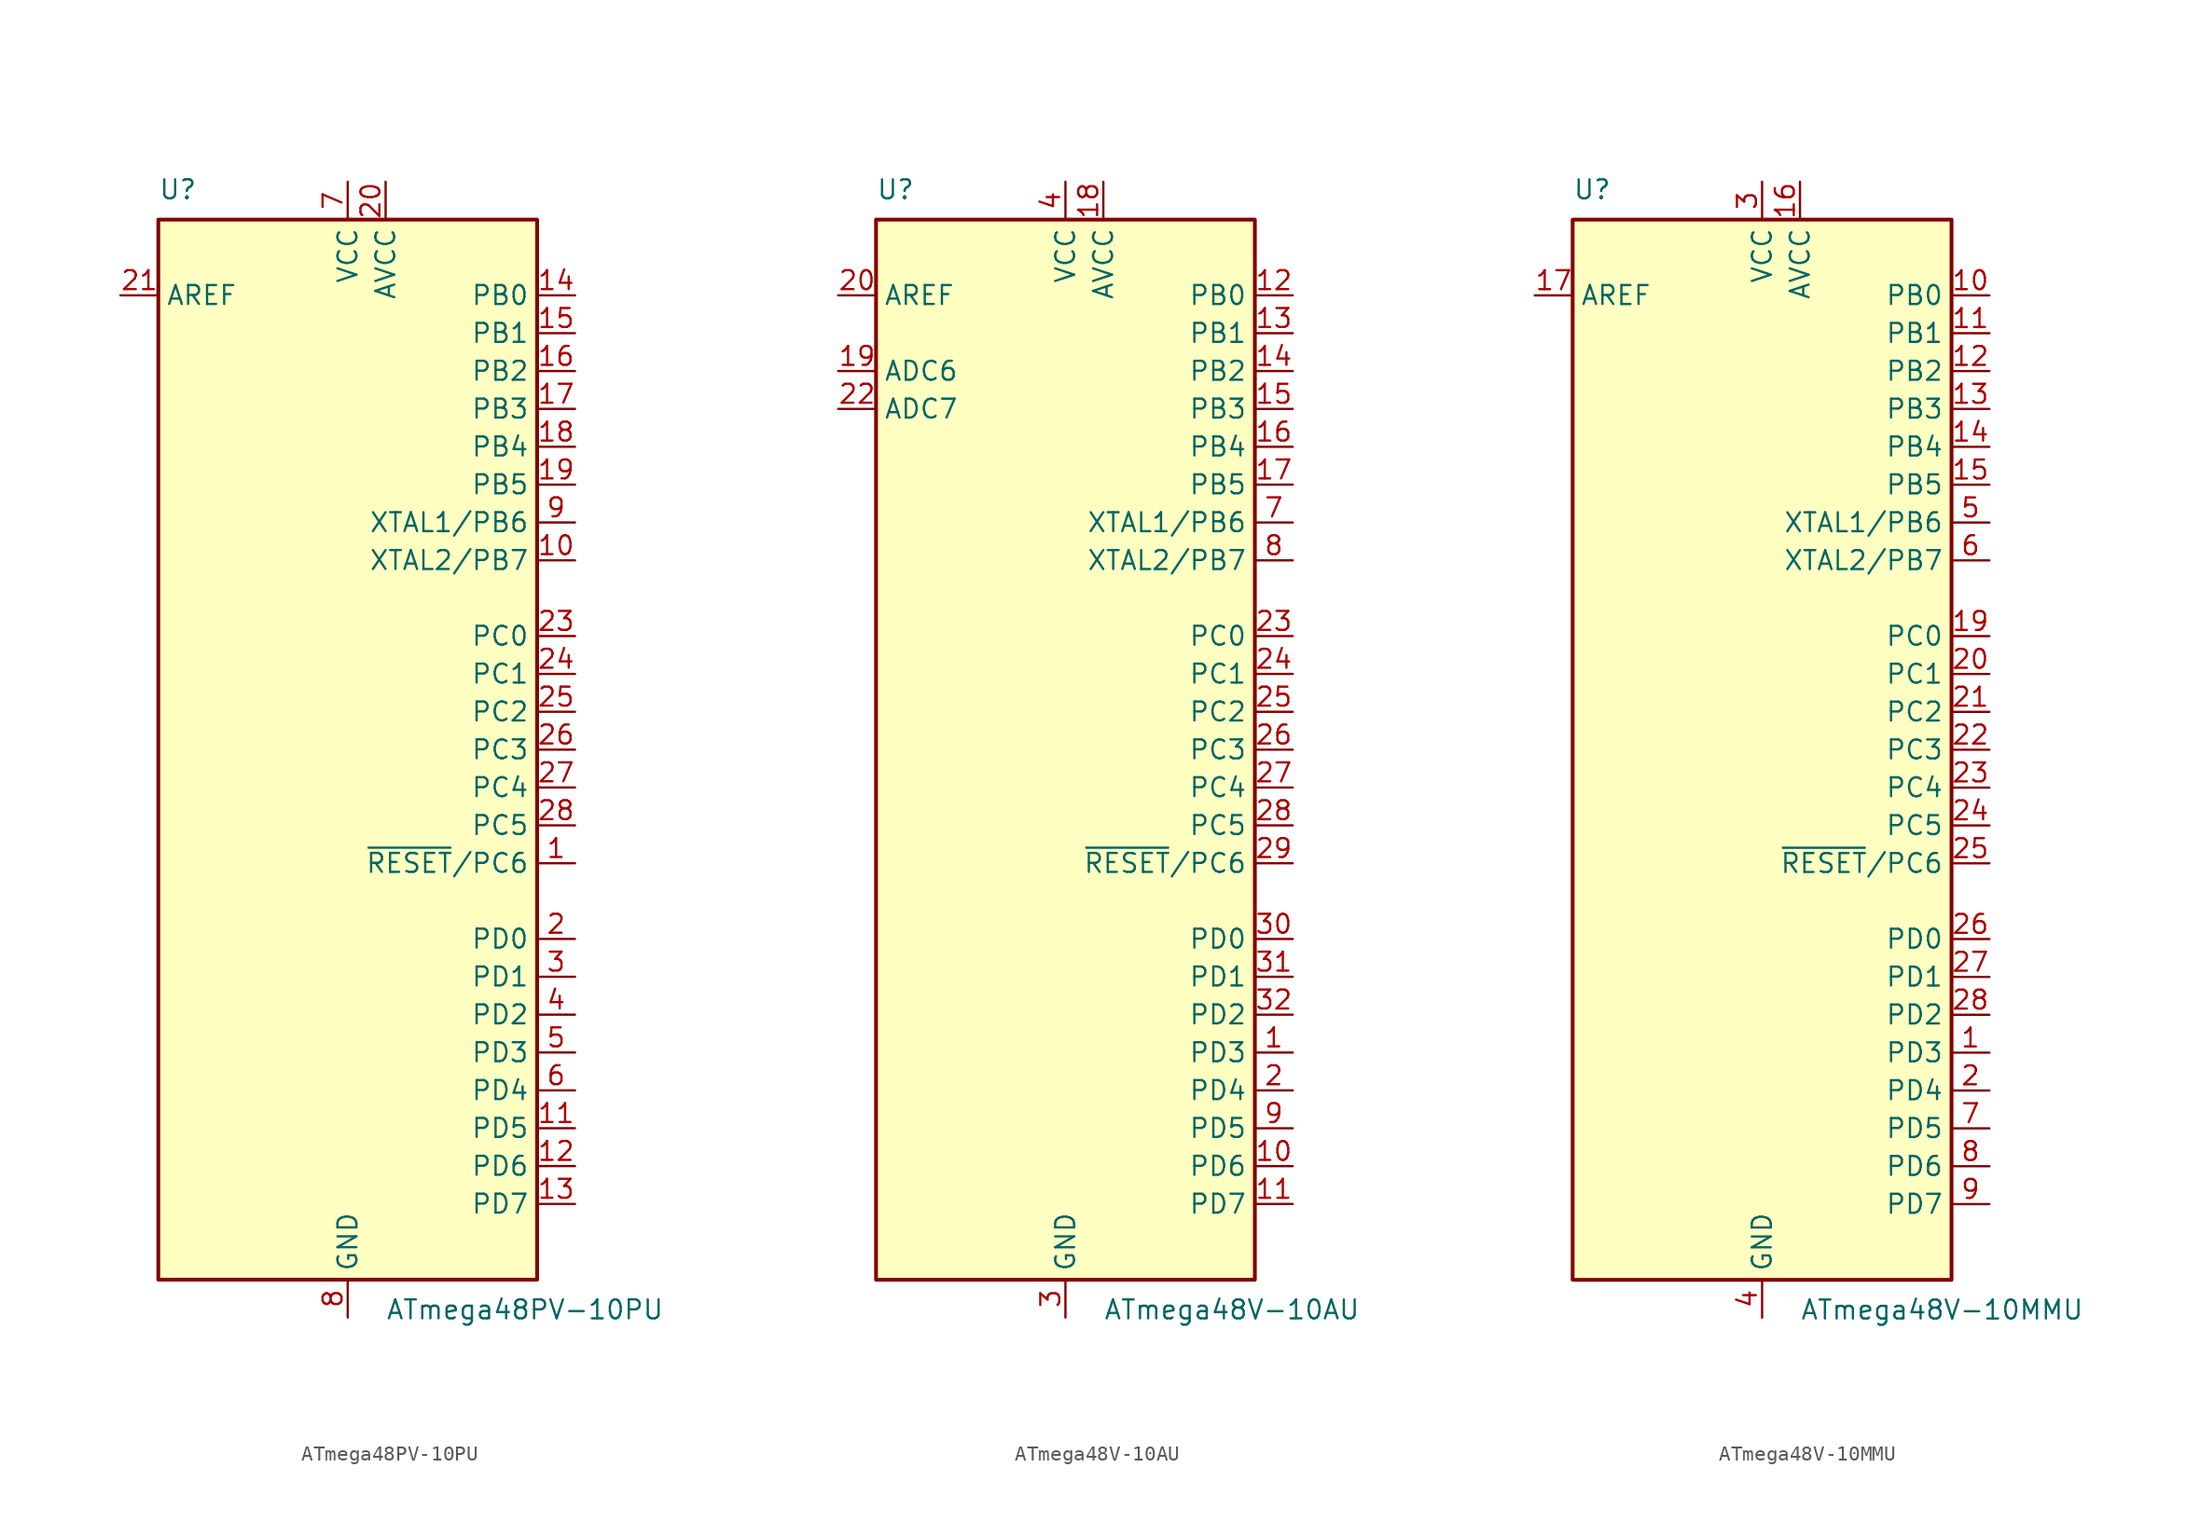
<source format=kicad_sym>
(kicad_symbol_lib
  (version 20211014)
  (generator kicad_symbol_editor)
  (symbol "ATmega48PV-10PU"
    (property "Reference" "U"
      (at -12.7 36.83 0)
      (effects (font (size 1.27 1.27)) (justify left bottom)))
    (property "Value" "ATmega48PV-10PU"
      (at 2.54 -36.83 0)
      (effects (font (size 1.27 1.27)) (justify left top)))
    (symbol "ATmega48PV-10PU_0_1"
      (rectangle (start -12.7 -35.56) (end 12.7 35.56) (stroke (width 0.254) (type default) (color 0 0 0 0)) (fill (type background))))
    (symbol "ATmega48PV-10PU_1_1"
      (pin bidirectional line (at 15.24 -7.62 180) (length 2.54) (name "~{RESET}/PC6" (effects (font (size 1.27 1.27)))) (number "1" (effects (font (size 1.27 1.27)))))
      (pin bidirectional line (at 15.24 12.7 180) (length 2.54) (name "XTAL2/PB7" (effects (font (size 1.27 1.27)))) (number "10" (effects (font (size 1.27 1.27)))))
      (pin bidirectional line (at 15.24 -25.4 180) (length 2.54) (name "PD5" (effects (font (size 1.27 1.27)))) (number "11" (effects (font (size 1.27 1.27)))))
      (pin bidirectional line (at 15.24 -27.94 180) (length 2.54) (name "PD6" (effects (font (size 1.27 1.27)))) (number "12" (effects (font (size 1.27 1.27)))))
      (pin bidirectional line (at 15.24 -30.48 180) (length 2.54) (name "PD7" (effects (font (size 1.27 1.27)))) (number "13" (effects (font (size 1.27 1.27)))))
      (pin bidirectional line (at 15.24 30.48 180) (length 2.54) (name "PB0" (effects (font (size 1.27 1.27)))) (number "14" (effects (font (size 1.27 1.27)))))
      (pin bidirectional line (at 15.24 27.94 180) (length 2.54) (name "PB1" (effects (font (size 1.27 1.27)))) (number "15" (effects (font (size 1.27 1.27)))))
      (pin bidirectional line (at 15.24 25.4 180) (length 2.54) (name "PB2" (effects (font (size 1.27 1.27)))) (number "16" (effects (font (size 1.27 1.27)))))
      (pin bidirectional line (at 15.24 22.86 180) (length 2.54) (name "PB3" (effects (font (size 1.27 1.27)))) (number "17" (effects (font (size 1.27 1.27)))))
      (pin bidirectional line (at 15.24 20.32 180) (length 2.54) (name "PB4" (effects (font (size 1.27 1.27)))) (number "18" (effects (font (size 1.27 1.27)))))
      (pin bidirectional line (at 15.24 17.78 180) (length 2.54) (name "PB5" (effects (font (size 1.27 1.27)))) (number "19" (effects (font (size 1.27 1.27)))))
      (pin bidirectional line (at 15.24 -12.7 180) (length 2.54) (name "PD0" (effects (font (size 1.27 1.27)))) (number "2" (effects (font (size 1.27 1.27)))))
      (pin power_in line (at 2.54 38.1 270) (length 2.54) (name "AVCC" (effects (font (size 1.27 1.27)))) (number "20" (effects (font (size 1.27 1.27)))))
      (pin passive line (at -15.24 30.48 0) (length 2.54) (name "AREF" (effects (font (size 1.27 1.27)))) (number "21" (effects (font (size 1.27 1.27)))))
      (pin passive line (at 0 -38.1 90) (length 2.54) hide (name "GND" (effects (font (size 1.27 1.27)))) (number "22" (effects (font (size 1.27 1.27)))))
      (pin bidirectional line (at 15.24 7.62 180) (length 2.54) (name "PC0" (effects (font (size 1.27 1.27)))) (number "23" (effects (font (size 1.27 1.27)))))
      (pin bidirectional line (at 15.24 5.08 180) (length 2.54) (name "PC1" (effects (font (size 1.27 1.27)))) (number "24" (effects (font (size 1.27 1.27)))))
      (pin bidirectional line (at 15.24 2.54 180) (length 2.54) (name "PC2" (effects (font (size 1.27 1.27)))) (number "25" (effects (font (size 1.27 1.27)))))
      (pin bidirectional line (at 15.24 0 180) (length 2.54) (name "PC3" (effects (font (size 1.27 1.27)))) (number "26" (effects (font (size 1.27 1.27)))))
      (pin bidirectional line (at 15.24 -2.54 180) (length 2.54) (name "PC4" (effects (font (size 1.27 1.27)))) (number "27" (effects (font (size 1.27 1.27)))))
      (pin bidirectional line (at 15.24 -5.08 180) (length 2.54) (name "PC5" (effects (font (size 1.27 1.27)))) (number "28" (effects (font (size 1.27 1.27)))))
      (pin bidirectional line (at 15.24 -15.24 180) (length 2.54) (name "PD1" (effects (font (size 1.27 1.27)))) (number "3" (effects (font (size 1.27 1.27)))))
      (pin bidirectional line (at 15.24 -17.78 180) (length 2.54) (name "PD2" (effects (font (size 1.27 1.27)))) (number "4" (effects (font (size 1.27 1.27)))))
      (pin bidirectional line (at 15.24 -20.32 180) (length 2.54) (name "PD3" (effects (font (size 1.27 1.27)))) (number "5" (effects (font (size 1.27 1.27)))))
      (pin bidirectional line (at 15.24 -22.86 180) (length 2.54) (name "PD4" (effects (font (size 1.27 1.27)))) (number "6" (effects (font (size 1.27 1.27)))))
      (pin power_in line (at 0 38.1 270) (length 2.54) (name "VCC" (effects (font (size 1.27 1.27)))) (number "7" (effects (font (size 1.27 1.27)))))
      (pin power_in line (at 0 -38.1 90) (length 2.54) (name "GND" (effects (font (size 1.27 1.27)))) (number "8" (effects (font (size 1.27 1.27)))))
      (pin bidirectional line (at 15.24 15.24 180) (length 2.54) (name "XTAL1/PB6" (effects (font (size 1.27 1.27)))) (number "9" (effects (font (size 1.27 1.27)))))))
  (symbol "ATmega48V-10AU"
    (property "Reference" "U"
      (at -12.7 36.83 0)
      (effects (font (size 1.27 1.27)) (justify left bottom)))
    (property "Value" "ATmega48V-10AU"
      (at 2.54 -36.83 0)
      (effects (font (size 1.27 1.27)) (justify left top)))
    (symbol "ATmega48V-10AU_0_1"
      (rectangle (start -12.7 -35.56) (end 12.7 35.56) (stroke (width 0.254) (type default) (color 0 0 0 0)) (fill (type background))))
    (symbol "ATmega48V-10AU_1_1"
      (pin bidirectional line (at 15.24 -20.32 180) (length 2.54) (name "PD3" (effects (font (size 1.27 1.27)))) (number "1" (effects (font (size 1.27 1.27)))))
      (pin bidirectional line (at 15.24 -27.94 180) (length 2.54) (name "PD6" (effects (font (size 1.27 1.27)))) (number "10" (effects (font (size 1.27 1.27)))))
      (pin bidirectional line (at 15.24 -30.48 180) (length 2.54) (name "PD7" (effects (font (size 1.27 1.27)))) (number "11" (effects (font (size 1.27 1.27)))))
      (pin bidirectional line (at 15.24 30.48 180) (length 2.54) (name "PB0" (effects (font (size 1.27 1.27)))) (number "12" (effects (font (size 1.27 1.27)))))
      (pin bidirectional line (at 15.24 27.94 180) (length 2.54) (name "PB1" (effects (font (size 1.27 1.27)))) (number "13" (effects (font (size 1.27 1.27)))))
      (pin bidirectional line (at 15.24 25.4 180) (length 2.54) (name "PB2" (effects (font (size 1.27 1.27)))) (number "14" (effects (font (size 1.27 1.27)))))
      (pin bidirectional line (at 15.24 22.86 180) (length 2.54) (name "PB3" (effects (font (size 1.27 1.27)))) (number "15" (effects (font (size 1.27 1.27)))))
      (pin bidirectional line (at 15.24 20.32 180) (length 2.54) (name "PB4" (effects (font (size 1.27 1.27)))) (number "16" (effects (font (size 1.27 1.27)))))
      (pin bidirectional line (at 15.24 17.78 180) (length 2.54) (name "PB5" (effects (font (size 1.27 1.27)))) (number "17" (effects (font (size 1.27 1.27)))))
      (pin power_in line (at 2.54 38.1 270) (length 2.54) (name "AVCC" (effects (font (size 1.27 1.27)))) (number "18" (effects (font (size 1.27 1.27)))))
      (pin input line (at -15.24 25.4 0) (length 2.54) (name "ADC6" (effects (font (size 1.27 1.27)))) (number "19" (effects (font (size 1.27 1.27)))))
      (pin bidirectional line (at 15.24 -22.86 180) (length 2.54) (name "PD4" (effects (font (size 1.27 1.27)))) (number "2" (effects (font (size 1.27 1.27)))))
      (pin passive line (at -15.24 30.48 0) (length 2.54) (name "AREF" (effects (font (size 1.27 1.27)))) (number "20" (effects (font (size 1.27 1.27)))))
      (pin passive line (at 0 -38.1 90) (length 2.54) hide (name "GND" (effects (font (size 1.27 1.27)))) (number "21" (effects (font (size 1.27 1.27)))))
      (pin input line (at -15.24 22.86 0) (length 2.54) (name "ADC7" (effects (font (size 1.27 1.27)))) (number "22" (effects (font (size 1.27 1.27)))))
      (pin bidirectional line (at 15.24 7.62 180) (length 2.54) (name "PC0" (effects (font (size 1.27 1.27)))) (number "23" (effects (font (size 1.27 1.27)))))
      (pin bidirectional line (at 15.24 5.08 180) (length 2.54) (name "PC1" (effects (font (size 1.27 1.27)))) (number "24" (effects (font (size 1.27 1.27)))))
      (pin bidirectional line (at 15.24 2.54 180) (length 2.54) (name "PC2" (effects (font (size 1.27 1.27)))) (number "25" (effects (font (size 1.27 1.27)))))
      (pin bidirectional line (at 15.24 0 180) (length 2.54) (name "PC3" (effects (font (size 1.27 1.27)))) (number "26" (effects (font (size 1.27 1.27)))))
      (pin bidirectional line (at 15.24 -2.54 180) (length 2.54) (name "PC4" (effects (font (size 1.27 1.27)))) (number "27" (effects (font (size 1.27 1.27)))))
      (pin bidirectional line (at 15.24 -5.08 180) (length 2.54) (name "PC5" (effects (font (size 1.27 1.27)))) (number "28" (effects (font (size 1.27 1.27)))))
      (pin bidirectional line (at 15.24 -7.62 180) (length 2.54) (name "~{RESET}/PC6" (effects (font (size 1.27 1.27)))) (number "29" (effects (font (size 1.27 1.27)))))
      (pin power_in line (at 0 -38.1 90) (length 2.54) (name "GND" (effects (font (size 1.27 1.27)))) (number "3" (effects (font (size 1.27 1.27)))))
      (pin bidirectional line (at 15.24 -12.7 180) (length 2.54) (name "PD0" (effects (font (size 1.27 1.27)))) (number "30" (effects (font (size 1.27 1.27)))))
      (pin bidirectional line (at 15.24 -15.24 180) (length 2.54) (name "PD1" (effects (font (size 1.27 1.27)))) (number "31" (effects (font (size 1.27 1.27)))))
      (pin bidirectional line (at 15.24 -17.78 180) (length 2.54) (name "PD2" (effects (font (size 1.27 1.27)))) (number "32" (effects (font (size 1.27 1.27)))))
      (pin power_in line (at 0 38.1 270) (length 2.54) (name "VCC" (effects (font (size 1.27 1.27)))) (number "4" (effects (font (size 1.27 1.27)))))
      (pin passive line (at 0 -38.1 90) (length 2.54) hide (name "GND" (effects (font (size 1.27 1.27)))) (number "5" (effects (font (size 1.27 1.27)))))
      (pin passive line (at 0 38.1 270) (length 2.54) hide (name "VCC" (effects (font (size 1.27 1.27)))) (number "6" (effects (font (size 1.27 1.27)))))
      (pin bidirectional line (at 15.24 15.24 180) (length 2.54) (name "XTAL1/PB6" (effects (font (size 1.27 1.27)))) (number "7" (effects (font (size 1.27 1.27)))))
      (pin bidirectional line (at 15.24 12.7 180) (length 2.54) (name "XTAL2/PB7" (effects (font (size 1.27 1.27)))) (number "8" (effects (font (size 1.27 1.27)))))
      (pin bidirectional line (at 15.24 -25.4 180) (length 2.54) (name "PD5" (effects (font (size 1.27 1.27)))) (number "9" (effects (font (size 1.27 1.27)))))))
  (symbol "ATmega48V-10MMU"
    (property "Reference" "U"
      (at -12.7 36.83 0)
      (effects (font (size 1.27 1.27)) (justify left bottom)))
    (property "Value" "ATmega48V-10MMU"
      (at 2.54 -36.83 0)
      (effects (font (size 1.27 1.27)) (justify left top)))
    (symbol "ATmega48V-10MMU_0_1"
      (rectangle (start -12.7 -35.56) (end 12.7 35.56) (stroke (width 0.254) (type default) (color 0 0 0 0)) (fill (type background))))
    (symbol "ATmega48V-10MMU_1_1"
      (pin bidirectional line (at 15.24 -20.32 180) (length 2.54) (name "PD3" (effects (font (size 1.27 1.27)))) (number "1" (effects (font (size 1.27 1.27)))))
      (pin bidirectional line (at 15.24 30.48 180) (length 2.54) (name "PB0" (effects (font (size 1.27 1.27)))) (number "10" (effects (font (size 1.27 1.27)))))
      (pin bidirectional line (at 15.24 27.94 180) (length 2.54) (name "PB1" (effects (font (size 1.27 1.27)))) (number "11" (effects (font (size 1.27 1.27)))))
      (pin bidirectional line (at 15.24 25.4 180) (length 2.54) (name "PB2" (effects (font (size 1.27 1.27)))) (number "12" (effects (font (size 1.27 1.27)))))
      (pin bidirectional line (at 15.24 22.86 180) (length 2.54) (name "PB3" (effects (font (size 1.27 1.27)))) (number "13" (effects (font (size 1.27 1.27)))))
      (pin bidirectional line (at 15.24 20.32 180) (length 2.54) (name "PB4" (effects (font (size 1.27 1.27)))) (number "14" (effects (font (size 1.27 1.27)))))
      (pin bidirectional line (at 15.24 17.78 180) (length 2.54) (name "PB5" (effects (font (size 1.27 1.27)))) (number "15" (effects (font (size 1.27 1.27)))))
      (pin power_in line (at 2.54 38.1 270) (length 2.54) (name "AVCC" (effects (font (size 1.27 1.27)))) (number "16" (effects (font (size 1.27 1.27)))))
      (pin passive line (at -15.24 30.48 0) (length 2.54) (name "AREF" (effects (font (size 1.27 1.27)))) (number "17" (effects (font (size 1.27 1.27)))))
      (pin passive line (at 0 -38.1 90) (length 2.54) hide (name "GND" (effects (font (size 1.27 1.27)))) (number "18" (effects (font (size 1.27 1.27)))))
      (pin bidirectional line (at 15.24 7.62 180) (length 2.54) (name "PC0" (effects (font (size 1.27 1.27)))) (number "19" (effects (font (size 1.27 1.27)))))
      (pin bidirectional line (at 15.24 -22.86 180) (length 2.54) (name "PD4" (effects (font (size 1.27 1.27)))) (number "2" (effects (font (size 1.27 1.27)))))
      (pin bidirectional line (at 15.24 5.08 180) (length 2.54) (name "PC1" (effects (font (size 1.27 1.27)))) (number "20" (effects (font (size 1.27 1.27)))))
      (pin bidirectional line (at 15.24 2.54 180) (length 2.54) (name "PC2" (effects (font (size 1.27 1.27)))) (number "21" (effects (font (size 1.27 1.27)))))
      (pin bidirectional line (at 15.24 0 180) (length 2.54) (name "PC3" (effects (font (size 1.27 1.27)))) (number "22" (effects (font (size 1.27 1.27)))))
      (pin bidirectional line (at 15.24 -2.54 180) (length 2.54) (name "PC4" (effects (font (size 1.27 1.27)))) (number "23" (effects (font (size 1.27 1.27)))))
      (pin bidirectional line (at 15.24 -5.08 180) (length 2.54) (name "PC5" (effects (font (size 1.27 1.27)))) (number "24" (effects (font (size 1.27 1.27)))))
      (pin bidirectional line (at 15.24 -7.62 180) (length 2.54) (name "~{RESET}/PC6" (effects (font (size 1.27 1.27)))) (number "25" (effects (font (size 1.27 1.27)))))
      (pin bidirectional line (at 15.24 -12.7 180) (length 2.54) (name "PD0" (effects (font (size 1.27 1.27)))) (number "26" (effects (font (size 1.27 1.27)))))
      (pin bidirectional line (at 15.24 -15.24 180) (length 2.54) (name "PD1" (effects (font (size 1.27 1.27)))) (number "27" (effects (font (size 1.27 1.27)))))
      (pin bidirectional line (at 15.24 -17.78 180) (length 2.54) (name "PD2" (effects (font (size 1.27 1.27)))) (number "28" (effects (font (size 1.27 1.27)))))
      (pin passive line (at 0 -38.1 90) (length 2.54) hide (name "GND" (effects (font (size 1.27 1.27)))) (number "29" (effects (font (size 1.27 1.27)))))
      (pin power_in line (at 0 38.1 270) (length 2.54) (name "VCC" (effects (font (size 1.27 1.27)))) (number "3" (effects (font (size 1.27 1.27)))))
      (pin power_in line (at 0 -38.1 90) (length 2.54) (name "GND" (effects (font (size 1.27 1.27)))) (number "4" (effects (font (size 1.27 1.27)))))
      (pin bidirectional line (at 15.24 15.24 180) (length 2.54) (name "XTAL1/PB6" (effects (font (size 1.27 1.27)))) (number "5" (effects (font (size 1.27 1.27)))))
      (pin bidirectional line (at 15.24 12.7 180) (length 2.54) (name "XTAL2/PB7" (effects (font (size 1.27 1.27)))) (number "6" (effects (font (size 1.27 1.27)))))
      (pin bidirectional line (at 15.24 -25.4 180) (length 2.54) (name "PD5" (effects (font (size 1.27 1.27)))) (number "7" (effects (font (size 1.27 1.27)))))
      (pin bidirectional line (at 15.24 -27.94 180) (length 2.54) (name "PD6" (effects (font (size 1.27 1.27)))) (number "8" (effects (font (size 1.27 1.27)))))
      (pin bidirectional line (at 15.24 -30.48 180) (length 2.54) (name "PD7" (effects (font (size 1.27 1.27)))) (number "9" (effects (font (size 1.27 1.27))))))))
</source>
